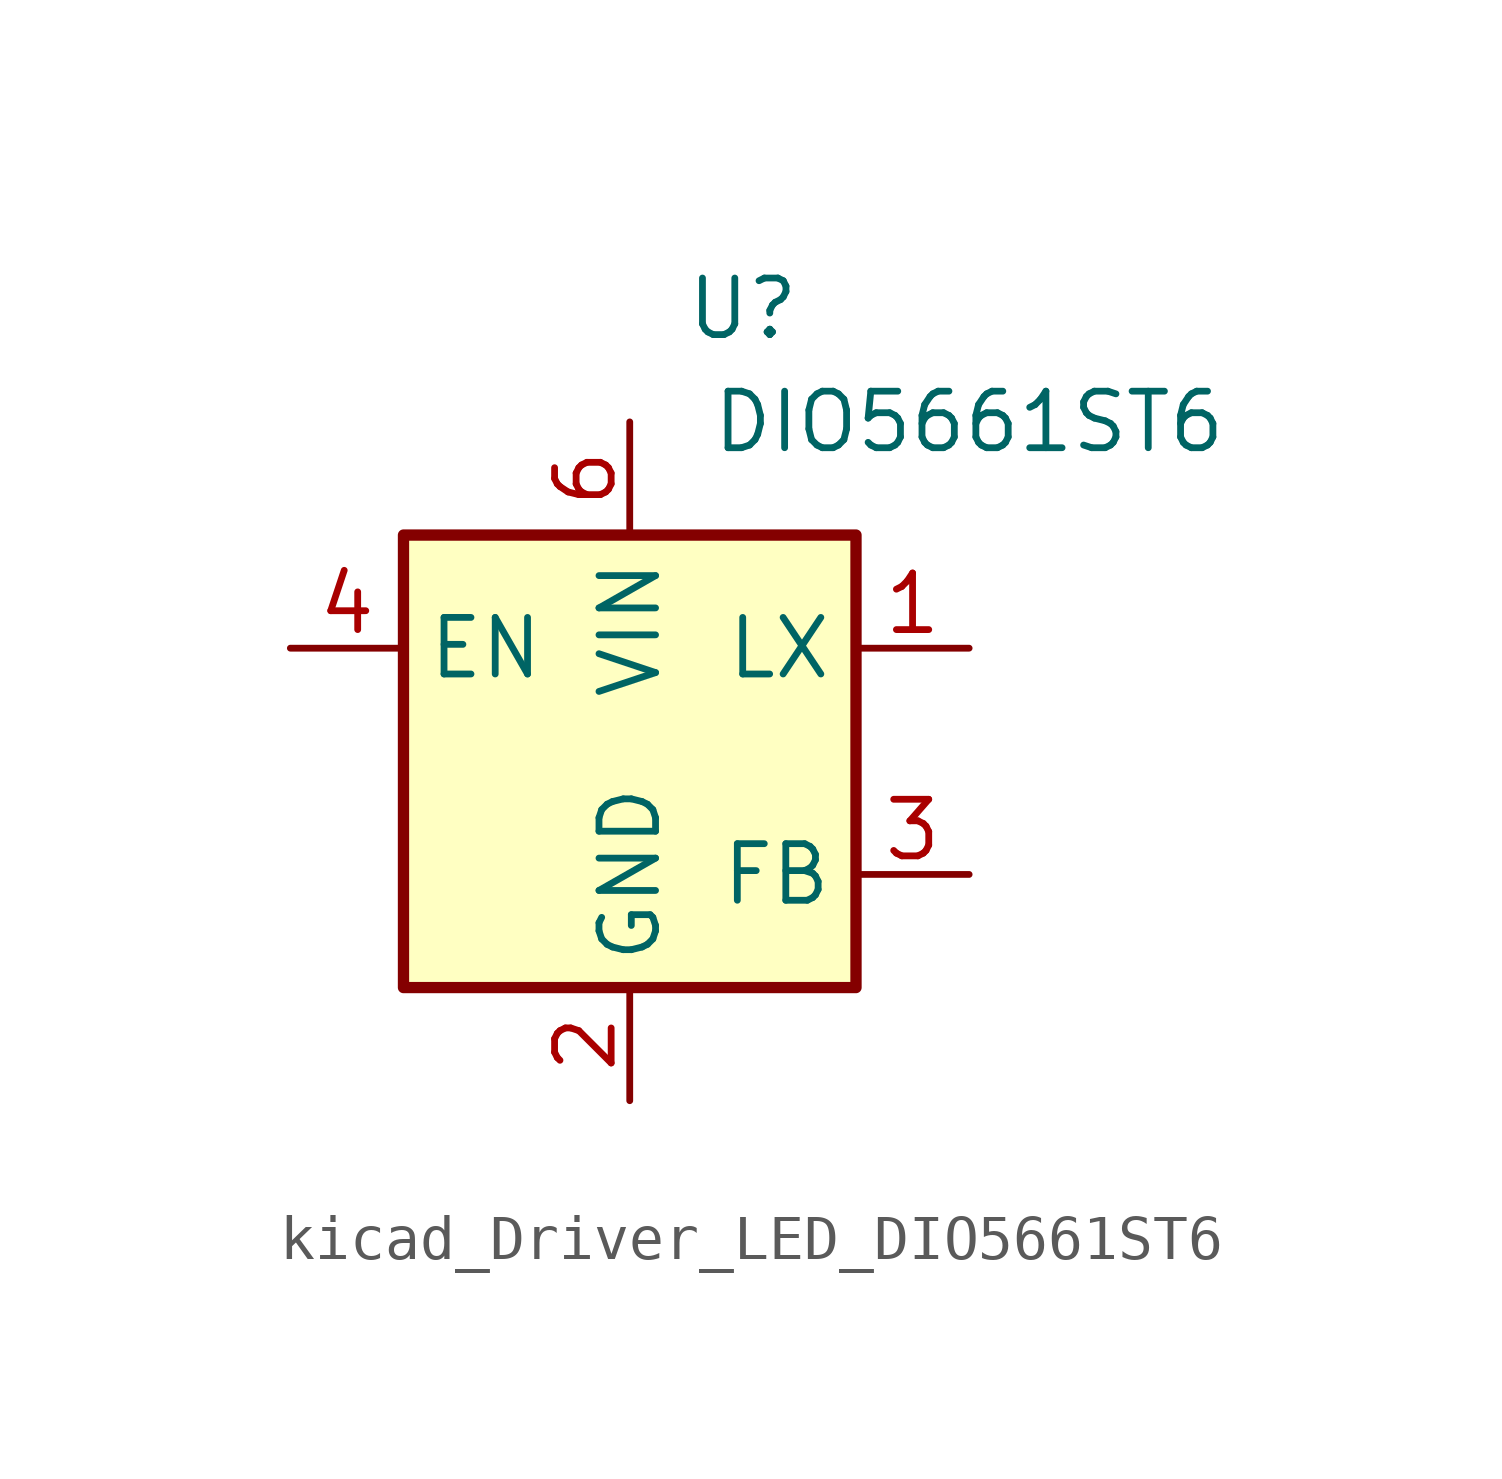
<source format=kicad_sym>
(kicad_symbol_lib
  (version 20220914)
  (generator kicad_symbol_editor)
  (symbol "kicad_Driver_LED_DIO5661ST6"
    (property "Reference" "U"
      (at 2.54 10.16 0)
      (effects (font (size 1.27 1.27))))
    (property "Value" "DIO5661ST6"
      (at 7.62 7.62 0)
      (effects (font (size 1.27 1.27))))
    (symbol "kicad_Driver_LED_DIO5661ST6_0_1"
      (rectangle (start 5.08 -5.08) (end -5.08 5.08) (stroke (width 0.254) (type default)) (fill (type background))))
    (symbol "kicad_Driver_LED_DIO5661ST6_1_1"
      (pin open_collector line (at 7.62 2.54 180) (length 2.54) (name "LX" (effects (font (size 1.27 1.27)))) (number "1" (effects (font (size 1.27 1.27)))))
      (pin power_in line (at 0 -7.62 90) (length 2.54) (name "GND" (effects (font (size 1.27 1.27)))) (number "2" (effects (font (size 1.27 1.27)))))
      (pin input line (at 7.62 -2.54 180) (length 2.54) (name "FB" (effects (font (size 1.27 1.27)))) (number "3" (effects (font (size 1.27 1.27)))))
      (pin input line (at -7.62 2.54 0) (length 2.54) (name "EN" (effects (font (size 1.27 1.27)))) (number "4" (effects (font (size 1.27 1.27)))))
      (pin no_connect line (at -5.08 -2.54 0) (length 2.54) hide (name "~" (effects (font (size 1.27 1.27)))) (number "5" (effects (font (size 1.27 1.27)))))
      (pin power_in line (at 0 7.62 270) (length 2.54) (name "VIN" (effects (font (size 1.27 1.27)))) (number "6" (effects (font (size 1.27 1.27))))))))
</source>
